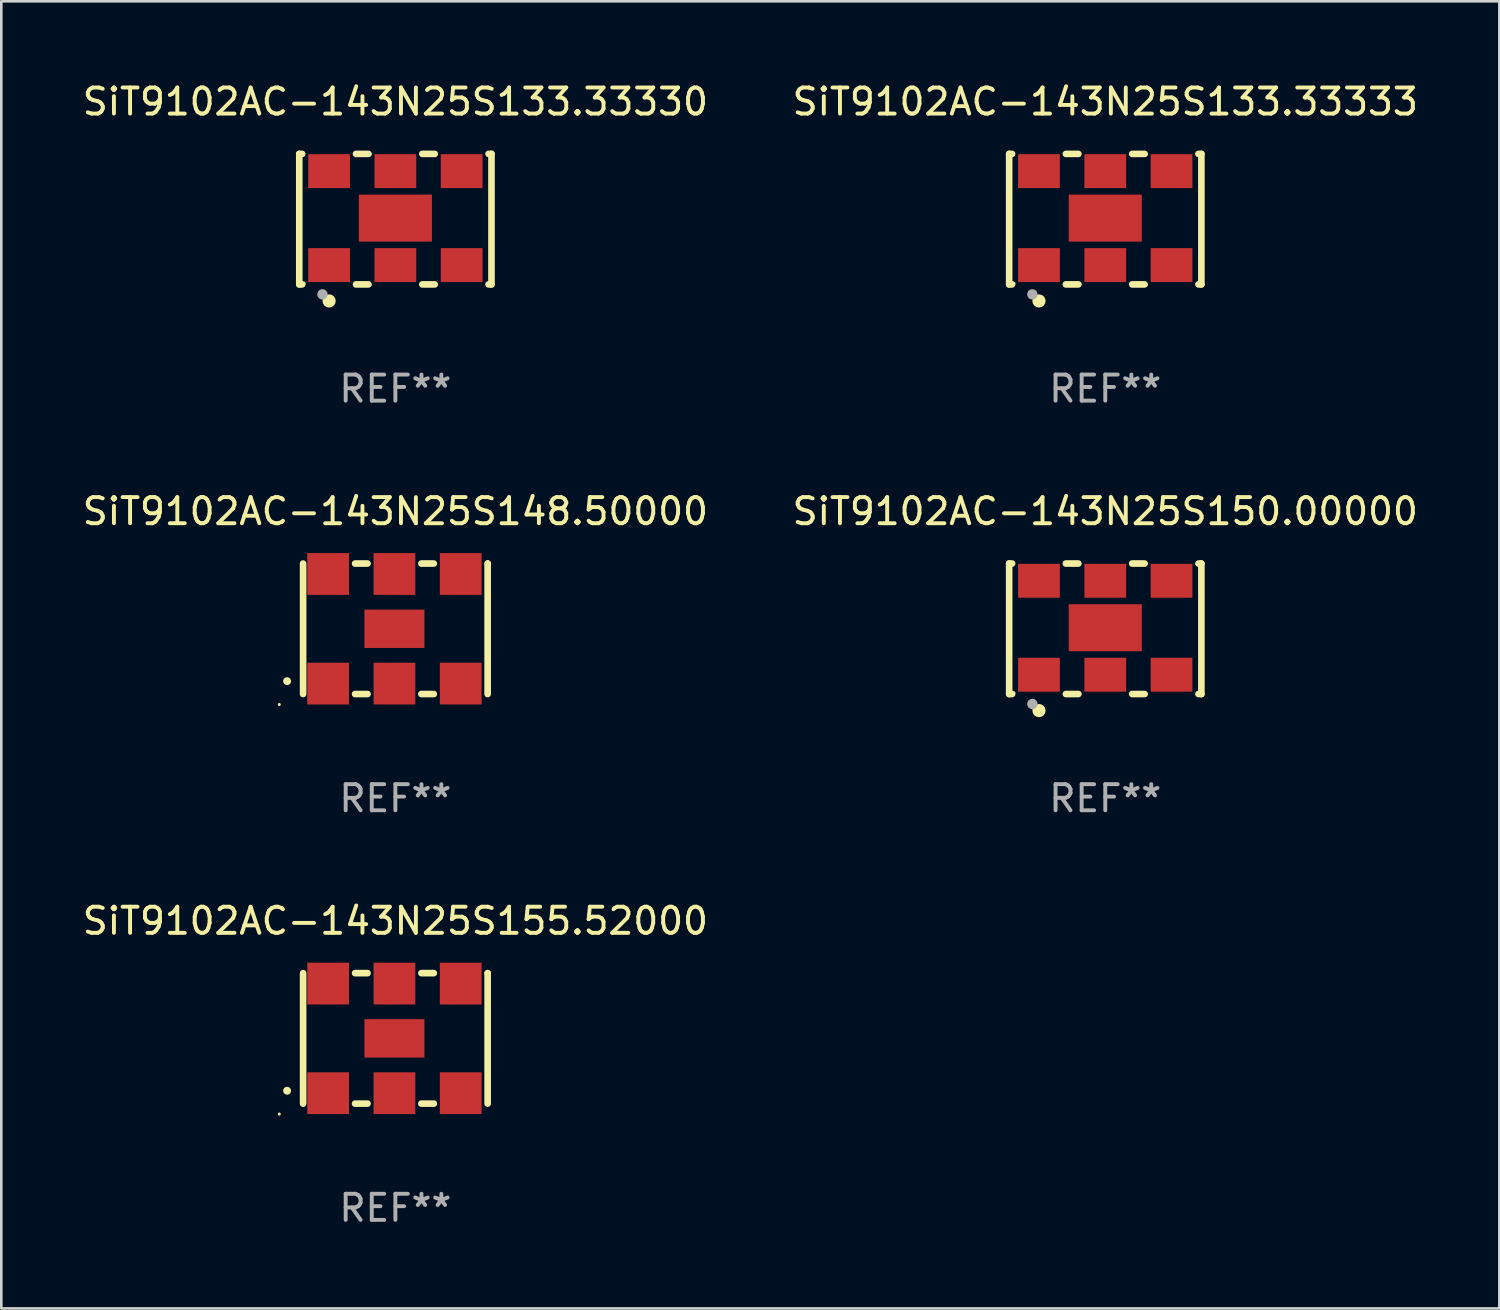
<source format=kicad_pcb>
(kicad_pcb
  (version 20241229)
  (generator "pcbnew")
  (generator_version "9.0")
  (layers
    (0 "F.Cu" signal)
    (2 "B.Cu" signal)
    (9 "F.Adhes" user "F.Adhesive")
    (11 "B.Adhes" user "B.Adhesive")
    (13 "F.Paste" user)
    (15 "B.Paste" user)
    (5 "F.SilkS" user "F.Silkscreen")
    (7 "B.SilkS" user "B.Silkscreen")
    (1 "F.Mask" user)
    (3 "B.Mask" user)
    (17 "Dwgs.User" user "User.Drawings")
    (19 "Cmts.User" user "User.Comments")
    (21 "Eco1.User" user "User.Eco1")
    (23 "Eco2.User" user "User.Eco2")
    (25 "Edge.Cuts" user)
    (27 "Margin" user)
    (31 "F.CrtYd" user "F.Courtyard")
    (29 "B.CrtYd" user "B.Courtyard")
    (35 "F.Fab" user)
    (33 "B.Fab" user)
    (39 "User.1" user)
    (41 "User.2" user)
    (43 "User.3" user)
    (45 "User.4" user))
  (footprint "SiT9102AC-143N25S150.00000"
    (layer "F.Cu")
    (at 39.304 21.045)
    (property "Reference" "SiT9102AC-143N25S150.00000" (at 0 -4.5 0) (layer "F.SilkS") (effects (font (size 1 1) (thickness 0.15))))
    (attr through_hole)
    (fp_line (start -3.683 -2.5) (end -3.571 -2.5) (stroke (width 0.254) (type solid)) (layer "F.SilkS"))
    (fp_line (start -3.683 2.5) (end -3.683 -2.5) (stroke (width 0.254) (type solid)) (layer "F.SilkS"))
    (fp_line (start -3.683 2.5) (end -3.571 2.5) (stroke (width 0.254) (type solid)) (layer "F.SilkS"))
    (fp_line (start -1.509 -2.5) (end -1.031 -2.5) (stroke (width 0.254) (type solid)) (layer "F.SilkS"))
    (fp_line (start -1.509 2.5) (end -1.031 2.5) (stroke (width 0.254) (type solid)) (layer "F.SilkS"))
    (fp_line (start 1.031 -2.5) (end 1.509 -2.5) (stroke (width 0.254) (type solid)) (layer "F.SilkS"))
    (fp_line (start 1.031 2.5) (end 1.509 2.5) (stroke (width 0.254) (type solid)) (layer "F.SilkS"))
    (fp_line (start 3.571 -2.5) (end 3.683 -2.5) (stroke (width 0.254) (type solid)) (layer "F.SilkS"))
    (fp_line (start 3.571 2.5) (end 3.683 2.5) (stroke (width 0.254) (type solid)) (layer "F.SilkS"))
    (fp_line (start 3.683 2.5) (end 3.683 -2.5) (stroke (width 0.254) (type solid)) (layer "F.SilkS"))
    (fp_circle (center -3.5 2.46) (end -3.47 2.46) (stroke (width 0.06) (type solid)) (fill no) (layer "F.SilkS"))
    (fp_circle (center -2.54 3.135) (end -2.413 3.135) (stroke (width 0.254) (type solid)) (fill no) (layer "F.SilkS"))
    (fp_circle (center -2.794 2.881) (end -2.694 2.881) (stroke (width 0.2) (type solid)) (fill no) (layer "F.Fab"))
    (fp_text user "REF**" (at 0 6.5 0) (layer "F.Fab") (effects (font (size 1 1) (thickness 0.15))))
    (pad "1" smd rect (at -2.54 1.76) (size 1.6 1.3) (layers "F.Cu" "F.Mask" "F.Paste"))
    (pad "2" smd rect (at 0 1.76) (size 1.6 1.3) (layers "F.Cu" "F.Mask" "F.Paste"))
    (pad "3" smd rect (at 2.54 1.76) (size 1.6 1.3) (layers "F.Cu" "F.Mask" "F.Paste"))
    (pad "4" smd rect (at 2.54 -1.84) (size 1.6 1.3) (layers "F.Cu" "F.Mask" "F.Paste"))
    (pad "5" smd rect (at 0 -1.84) (size 1.6 1.3) (layers "F.Cu" "F.Mask" "F.Paste"))
    (pad "6" smd rect (at -2.54 -1.84) (size 1.6 1.3) (layers "F.Cu" "F.Mask" "F.Paste"))
    (pad "7" smd rect (at 0 -0.04) (size 2.8 1.8) (layers "F.Cu" "F.Mask" "F.Paste")))
  (footprint "SiT9102AC-143N25S148.50000"
    (layer "F.Cu")
    (at 12.101 21.045)
    (property "Reference" "SiT9102AC-143N25S148.50000" (at 0 -4.5 0) (layer "F.SilkS") (effects (font (size 1 1) (thickness 0.15))))
    (attr through_hole)
    (fp_line (start -3.536 -2.5) (end -3.536 2.5) (stroke (width 0.254) (type solid)) (layer "F.SilkS"))
    (fp_line (start -1.544 2.5) (end -1.067 2.5) (stroke (width 0.254) (type solid)) (layer "F.SilkS"))
    (fp_line (start -1.067 -2.5) (end -1.544 -2.5) (stroke (width 0.254) (type solid)) (layer "F.SilkS"))
    (fp_line (start 0.996 2.5) (end 1.473 2.5) (stroke (width 0.254) (type solid)) (layer "F.SilkS"))
    (fp_line (start 1.473 -2.5) (end 0.996 -2.5) (stroke (width 0.254) (type solid)) (layer "F.SilkS"))
    (fp_line (start 3.536 -2.5) (end 3.536 -2.5) (stroke (width 0.254) (type solid)) (layer "F.SilkS"))
    (fp_line (start 3.536 2.5) (end 3.536 -2.5) (stroke (width 0.254) (type solid)) (layer "F.SilkS"))
    (fp_arc (start -4.150432 2.006604) (mid -4.149162 2.006599) (end -4.147892 2.006604) (stroke (width 0.3) (type solid)) (layer "F.SilkS"))
    (fp_circle (center -4.449 2.9) (end -4.419 2.9) (stroke (width 0.06) (type solid)) (fill no) (layer "F.SilkS"))
    (fp_text user "REF**" (at 0 6.5 0) (layer "F.Fab") (effects (font (size 1 1) (thickness 0.15))))
    (pad "1" smd rect (at -2.576 2.1) (size 1.6 1.6) (layers "F.Cu" "F.Mask" "F.Paste"))
    (pad "2" smd rect (at -0.036 2.1) (size 1.6 1.6) (layers "F.Cu" "F.Mask" "F.Paste"))
    (pad "3" smd rect (at 2.504 2.1) (size 1.6 1.6) (layers "F.Cu" "F.Mask" "F.Paste"))
    (pad "4" smd rect (at 2.504 -2.1) (size 1.6 1.6) (layers "F.Cu" "F.Mask" "F.Paste"))
    (pad "5" smd rect (at -0.036 -2.1) (size 1.6 1.6) (layers "F.Cu" "F.Mask" "F.Paste"))
    (pad "6" smd rect (at -2.576 -2.1) (size 1.6 1.6) (layers "F.Cu" "F.Mask" "F.Paste"))
    (pad "7" smd rect (at -0.036 0) (size 2.3 1.47) (layers "F.Cu" "F.Mask" "F.Paste")))
  (footprint "SiT9102AC-143N25S133.33330"
    (layer "F.Cu")
    (at 12.101 5.348)
    (property "Reference" "SiT9102AC-143N25S133.33330" (at 0 -4.5 0) (layer "F.SilkS") (effects (font (size 1 1) (thickness 0.15))))
    (attr through_hole)
    (fp_line (start -3.683 -2.5) (end -3.571 -2.5) (stroke (width 0.254) (type solid)) (layer "F.SilkS"))
    (fp_line (start -3.683 2.5) (end -3.683 -2.5) (stroke (width 0.254) (type solid)) (layer "F.SilkS"))
    (fp_line (start -3.683 2.5) (end -3.571 2.5) (stroke (width 0.254) (type solid)) (layer "F.SilkS"))
    (fp_line (start -1.509 -2.5) (end -1.031 -2.5) (stroke (width 0.254) (type solid)) (layer "F.SilkS"))
    (fp_line (start -1.509 2.5) (end -1.031 2.5) (stroke (width 0.254) (type solid)) (layer "F.SilkS"))
    (fp_line (start 1.031 -2.5) (end 1.509 -2.5) (stroke (width 0.254) (type solid)) (layer "F.SilkS"))
    (fp_line (start 1.031 2.5) (end 1.509 2.5) (stroke (width 0.254) (type solid)) (layer "F.SilkS"))
    (fp_line (start 3.571 -2.5) (end 3.683 -2.5) (stroke (width 0.254) (type solid)) (layer "F.SilkS"))
    (fp_line (start 3.571 2.5) (end 3.683 2.5) (stroke (width 0.254) (type solid)) (layer "F.SilkS"))
    (fp_line (start 3.683 2.5) (end 3.683 -2.5) (stroke (width 0.254) (type solid)) (layer "F.SilkS"))
    (fp_circle (center -3.5 2.46) (end -3.47 2.46) (stroke (width 0.06) (type solid)) (fill no) (layer "F.SilkS"))
    (fp_circle (center -2.54 3.135) (end -2.413 3.135) (stroke (width 0.254) (type solid)) (fill no) (layer "F.SilkS"))
    (fp_circle (center -2.794 2.881) (end -2.694 2.881) (stroke (width 0.2) (type solid)) (fill no) (layer "F.Fab"))
    (fp_text user "REF**" (at 0 6.5 0) (layer "F.Fab") (effects (font (size 1 1) (thickness 0.15))))
    (pad "1" smd rect (at -2.54 1.76) (size 1.6 1.3) (layers "F.Cu" "F.Mask" "F.Paste"))
    (pad "2" smd rect (at 0 1.76) (size 1.6 1.3) (layers "F.Cu" "F.Mask" "F.Paste"))
    (pad "3" smd rect (at 2.54 1.76) (size 1.6 1.3) (layers "F.Cu" "F.Mask" "F.Paste"))
    (pad "4" smd rect (at 2.54 -1.84) (size 1.6 1.3) (layers "F.Cu" "F.Mask" "F.Paste"))
    (pad "5" smd rect (at 0 -1.84) (size 1.6 1.3) (layers "F.Cu" "F.Mask" "F.Paste"))
    (pad "6" smd rect (at -2.54 -1.84) (size 1.6 1.3) (layers "F.Cu" "F.Mask" "F.Paste"))
    (pad "7" smd rect (at 0 -0.04) (size 2.8 1.8) (layers "F.Cu" "F.Mask" "F.Paste")))
  (footprint "SiT9102AC-143N25S155.52000"
    (layer "F.Cu")
    (at 12.101 36.741)
    (property "Reference" "SiT9102AC-143N25S155.52000" (at 0 -4.5 0) (layer "F.SilkS") (effects (font (size 1 1) (thickness 0.15))))
    (attr through_hole)
    (fp_line (start -3.536 -2.5) (end -3.536 2.5) (stroke (width 0.254) (type solid)) (layer "F.SilkS"))
    (fp_line (start -1.544 2.5) (end -1.067 2.5) (stroke (width 0.254) (type solid)) (layer "F.SilkS"))
    (fp_line (start -1.067 -2.5) (end -1.544 -2.5) (stroke (width 0.254) (type solid)) (layer "F.SilkS"))
    (fp_line (start 0.996 2.5) (end 1.473 2.5) (stroke (width 0.254) (type solid)) (layer "F.SilkS"))
    (fp_line (start 1.473 -2.5) (end 0.996 -2.5) (stroke (width 0.254) (type solid)) (layer "F.SilkS"))
    (fp_line (start 3.536 -2.5) (end 3.536 -2.5) (stroke (width 0.254) (type solid)) (layer "F.SilkS"))
    (fp_line (start 3.536 2.5) (end 3.536 -2.5) (stroke (width 0.254) (type solid)) (layer "F.SilkS"))
    (fp_arc (start -4.150432 2.006604) (mid -4.149162 2.006599) (end -4.147892 2.006604) (stroke (width 0.3) (type solid)) (layer "F.SilkS"))
    (fp_circle (center -4.449 2.9) (end -4.419 2.9) (stroke (width 0.06) (type solid)) (fill no) (layer "F.SilkS"))
    (fp_text user "REF**" (at 0 6.5 0) (layer "F.Fab") (effects (font (size 1 1) (thickness 0.15))))
    (pad "1" smd rect (at -2.576 2.1) (size 1.6 1.6) (layers "F.Cu" "F.Mask" "F.Paste"))
    (pad "2" smd rect (at -0.036 2.1) (size 1.6 1.6) (layers "F.Cu" "F.Mask" "F.Paste"))
    (pad "3" smd rect (at 2.504 2.1) (size 1.6 1.6) (layers "F.Cu" "F.Mask" "F.Paste"))
    (pad "4" smd rect (at 2.504 -2.1) (size 1.6 1.6) (layers "F.Cu" "F.Mask" "F.Paste"))
    (pad "5" smd rect (at -0.036 -2.1) (size 1.6 1.6) (layers "F.Cu" "F.Mask" "F.Paste"))
    (pad "6" smd rect (at -2.576 -2.1) (size 1.6 1.6) (layers "F.Cu" "F.Mask" "F.Paste"))
    (pad "7" smd rect (at -0.036 0) (size 2.3 1.47) (layers "F.Cu" "F.Mask" "F.Paste")))
  (footprint "SiT9102AC-143N25S133.33333"
    (layer "F.Cu")
    (at 39.304 5.348)
    (property "Reference" "SiT9102AC-143N25S133.33333" (at 0 -4.5 0) (layer "F.SilkS") (effects (font (size 1 1) (thickness 0.15))))
    (attr through_hole)
    (fp_line (start -3.683 -2.5) (end -3.571 -2.5) (stroke (width 0.254) (type solid)) (layer "F.SilkS"))
    (fp_line (start -3.683 2.5) (end -3.683 -2.5) (stroke (width 0.254) (type solid)) (layer "F.SilkS"))
    (fp_line (start -3.683 2.5) (end -3.571 2.5) (stroke (width 0.254) (type solid)) (layer "F.SilkS"))
    (fp_line (start -1.509 -2.5) (end -1.031 -2.5) (stroke (width 0.254) (type solid)) (layer "F.SilkS"))
    (fp_line (start -1.509 2.5) (end -1.031 2.5) (stroke (width 0.254) (type solid)) (layer "F.SilkS"))
    (fp_line (start 1.031 -2.5) (end 1.509 -2.5) (stroke (width 0.254) (type solid)) (layer "F.SilkS"))
    (fp_line (start 1.031 2.5) (end 1.509 2.5) (stroke (width 0.254) (type solid)) (layer "F.SilkS"))
    (fp_line (start 3.571 -2.5) (end 3.683 -2.5) (stroke (width 0.254) (type solid)) (layer "F.SilkS"))
    (fp_line (start 3.571 2.5) (end 3.683 2.5) (stroke (width 0.254) (type solid)) (layer "F.SilkS"))
    (fp_line (start 3.683 2.5) (end 3.683 -2.5) (stroke (width 0.254) (type solid)) (layer "F.SilkS"))
    (fp_circle (center -3.5 2.46) (end -3.47 2.46) (stroke (width 0.06) (type solid)) (fill no) (layer "F.SilkS"))
    (fp_circle (center -2.54 3.135) (end -2.413 3.135) (stroke (width 0.254) (type solid)) (fill no) (layer "F.SilkS"))
    (fp_circle (center -2.794 2.881) (end -2.694 2.881) (stroke (width 0.2) (type solid)) (fill no) (layer "F.Fab"))
    (fp_text user "REF**" (at 0 6.5 0) (layer "F.Fab") (effects (font (size 1 1) (thickness 0.15))))
    (pad "1" smd rect (at -2.54 1.76) (size 1.6 1.3) (layers "F.Cu" "F.Mask" "F.Paste"))
    (pad "2" smd rect (at 0 1.76) (size 1.6 1.3) (layers "F.Cu" "F.Mask" "F.Paste"))
    (pad "3" smd rect (at 2.54 1.76) (size 1.6 1.3) (layers "F.Cu" "F.Mask" "F.Paste"))
    (pad "4" smd rect (at 2.54 -1.84) (size 1.6 1.3) (layers "F.Cu" "F.Mask" "F.Paste"))
    (pad "5" smd rect (at 0 -1.84) (size 1.6 1.3) (layers "F.Cu" "F.Mask" "F.Paste"))
    (pad "6" smd rect (at -2.54 -1.84) (size 1.6 1.3) (layers "F.Cu" "F.Mask" "F.Paste"))
    (pad "7" smd rect (at 0 -0.04) (size 2.8 1.8) (layers "F.Cu" "F.Mask" "F.Paste")))
  (gr_rect
    (start -3 -3)
    (end 54.405 47.09)
    (stroke (width 0.1) (type default))
    (fill no)
    (layer "Edge.Cuts")))
</source>
